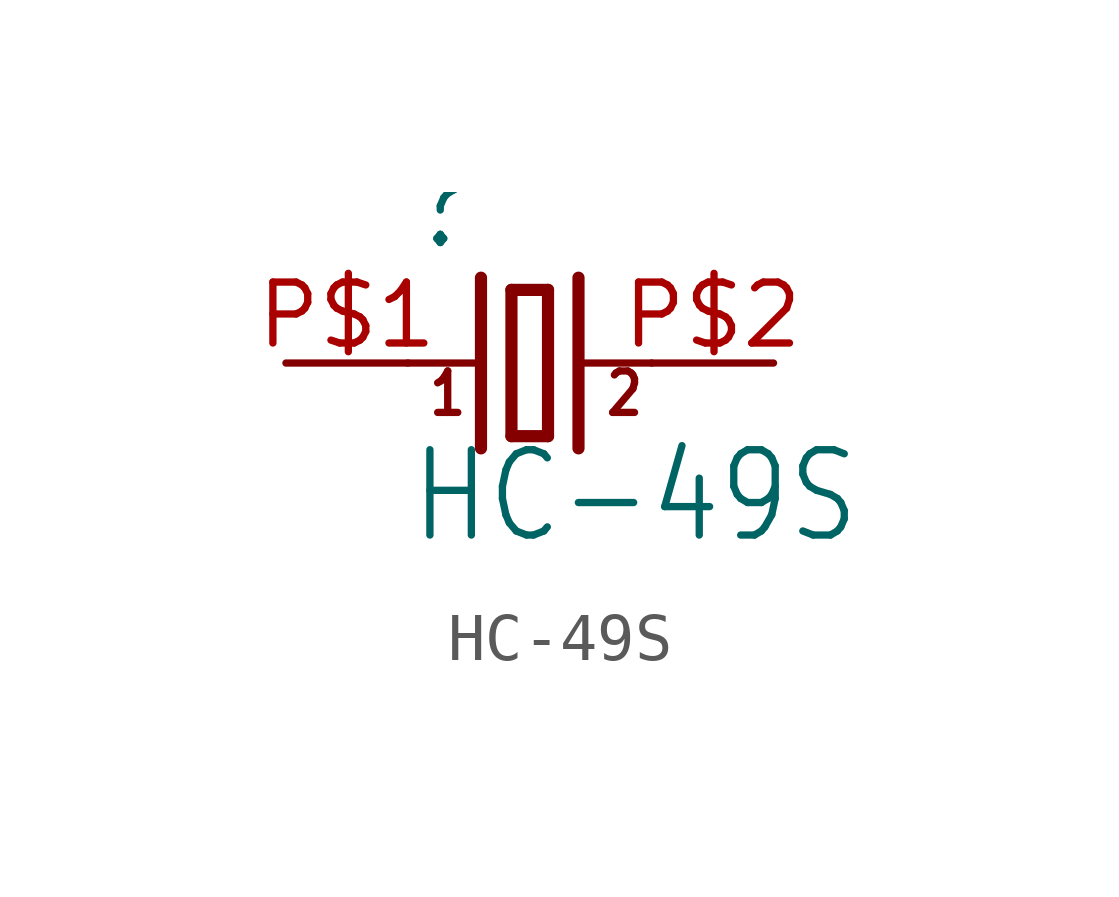
<source format=kicad_sym>
(kicad_symbol_lib
  (version 20211014)
  (generator kicad_symbol_editor)
  (symbol "HC-49S"
    (property "Reference" ""
      (at -2.54 2.286 0)
      (effects (font (size 1.778 1.511)) (justify left bottom)))
    (property "Value" "HC-49S"
      (at -2.54 -3.81 0)
      (effects (font (size 1.778 1.511)) (justify left bottom)))
    (property "ki_locked" ""
      (at 0 0 0)
      (effects (font (size 1.27 1.27))))
    (symbol "HC-49S_1_0"
      (polyline (pts (xy -2.54 0) (xy -1.016 0)) (stroke (width 0.152) (type default) (color 0 0 0 0)) (fill (type none)))
      (polyline (pts (xy -1.016 1.778) (xy -1.016 -1.778)) (stroke (width 0.254) (type default) (color 0 0 0 0)) (fill (type none)))
      (polyline (pts (xy -0.381 -1.524) (xy 0.381 -1.524)) (stroke (width 0.254) (type default) (color 0 0 0 0)) (fill (type none)))
      (polyline (pts (xy -0.381 1.524) (xy -0.381 -1.524)) (stroke (width 0.254) (type default) (color 0 0 0 0)) (fill (type none)))
      (polyline (pts (xy 0.381 -1.524) (xy 0.381 1.524)) (stroke (width 0.254) (type default) (color 0 0 0 0)) (fill (type none)))
      (polyline (pts (xy 0.381 1.524) (xy -0.381 1.524)) (stroke (width 0.254) (type default) (color 0 0 0 0)) (fill (type none)))
      (polyline (pts (xy 1.016 0) (xy 2.54 0)) (stroke (width 0.152) (type default) (color 0 0 0 0)) (fill (type none)))
      (polyline (pts (xy 1.016 1.778) (xy 1.016 -1.778)) (stroke (width 0.254) (type default) (color 0 0 0 0)) (fill (type none)))
      (text "1" (at -2.159 -1.143 0) (effects (font (size 0.864 0.734)) (justify left bottom)))
      (text "2" (at 1.524 -1.143 0) (effects (font (size 0.864 0.734)) (justify left bottom)))
      (pin passive line (at -5.08 0 0) (length 2.54) (name "1" (effects (font (size 0 0)))) (number "P$1" (effects (font (size 1.27 1.27)))))
      (pin passive line (at 5.08 0 180) (length 2.54) (name "2" (effects (font (size 0 0)))) (number "P$2" (effects (font (size 1.27 1.27))))))))
</source>
